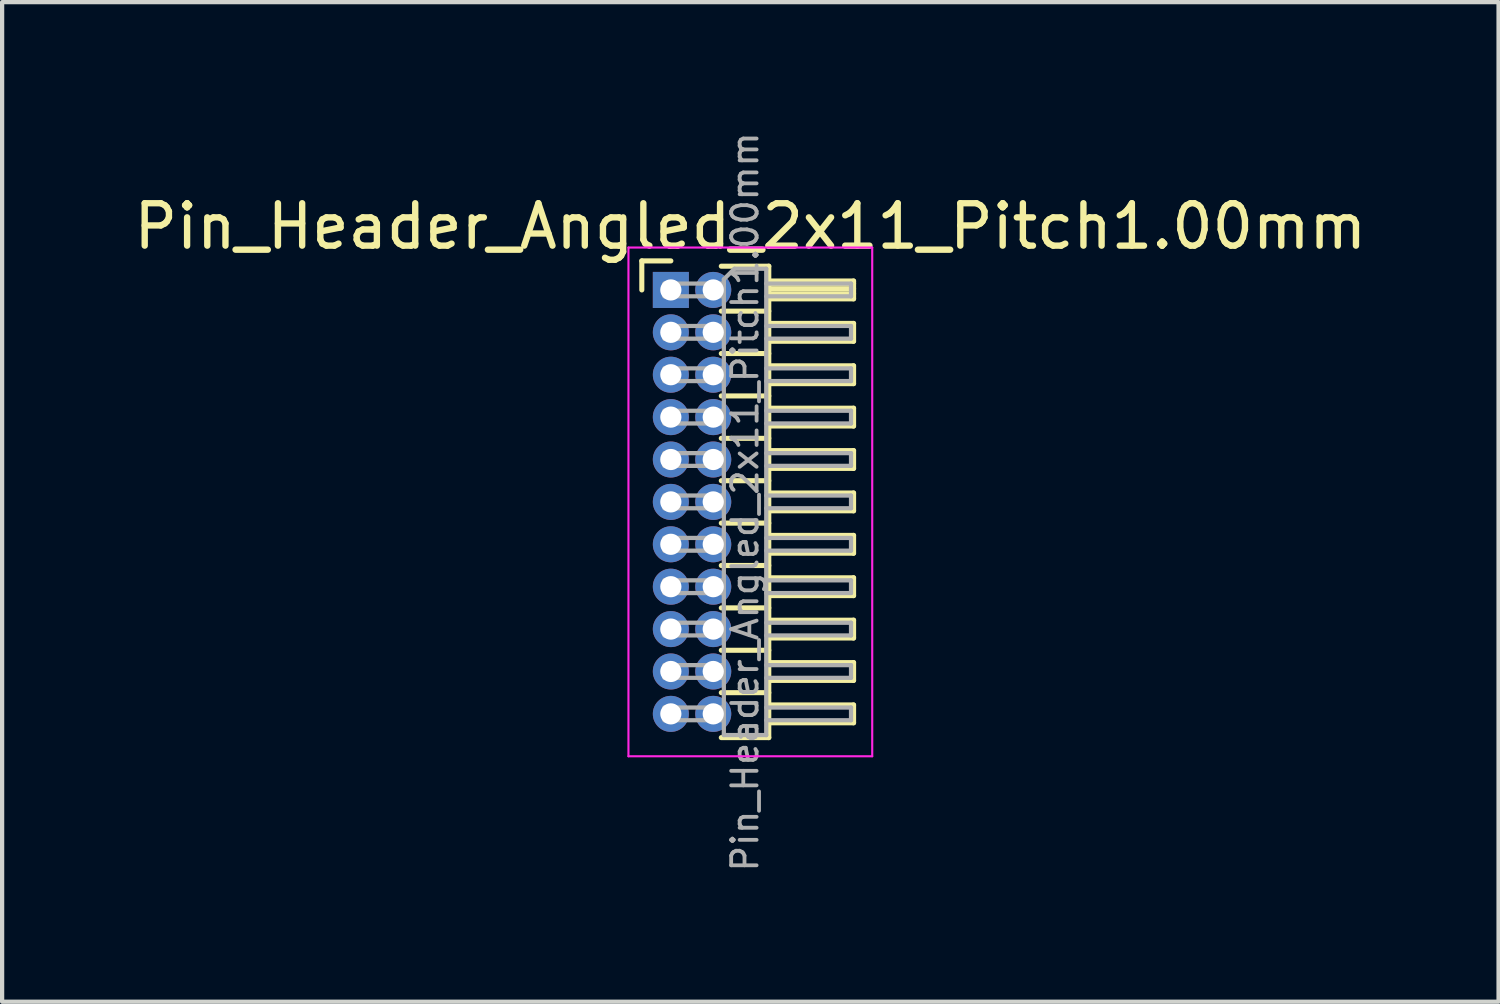
<source format=kicad_pcb>
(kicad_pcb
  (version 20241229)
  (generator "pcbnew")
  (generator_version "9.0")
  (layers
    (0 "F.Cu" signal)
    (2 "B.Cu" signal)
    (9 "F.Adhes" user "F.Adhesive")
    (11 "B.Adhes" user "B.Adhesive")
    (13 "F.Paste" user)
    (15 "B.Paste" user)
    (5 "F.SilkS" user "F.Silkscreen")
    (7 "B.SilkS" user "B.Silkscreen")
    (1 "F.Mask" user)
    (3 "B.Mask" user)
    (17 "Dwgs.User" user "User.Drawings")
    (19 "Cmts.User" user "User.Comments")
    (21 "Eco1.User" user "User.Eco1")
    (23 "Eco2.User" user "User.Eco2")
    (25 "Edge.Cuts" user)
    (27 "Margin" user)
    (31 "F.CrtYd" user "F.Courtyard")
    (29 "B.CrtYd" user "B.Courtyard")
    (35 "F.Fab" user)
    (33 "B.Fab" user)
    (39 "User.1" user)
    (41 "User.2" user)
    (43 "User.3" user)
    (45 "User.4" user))
  (footprint "Pin_Header_Angled_2x11_Pitch1.00mm"
    (layer "F.Cu")
    (at 12.774 3.789)
    (property "Reference" "Pin_Header_Angled_2x11_Pitch1.00mm" (at 1.875 -1.5 0) (layer "F.SilkS") (effects (font (size 1 1) (thickness 0.15))))
    (attr through_hole)
    (fp_line (start -0.685 -0.685) (end 0 -0.685) (stroke (width 0.12) (type solid)) (layer "F.SilkS"))
    (fp_line (start -0.685 0) (end -0.685 -0.685) (stroke (width 0.12) (type solid)) (layer "F.SilkS"))
    (fp_line (start 1.19 -0.56) (end 2.31 -0.56) (stroke (width 0.12) (type solid)) (layer "F.SilkS"))
    (fp_line (start 1.19 0.5) (end 2.31 0.5) (stroke (width 0.12) (type solid)) (layer "F.SilkS"))
    (fp_line (start 1.19 1.5) (end 2.31 1.5) (stroke (width 0.12) (type solid)) (layer "F.SilkS"))
    (fp_line (start 1.19 2.5) (end 2.31 2.5) (stroke (width 0.12) (type solid)) (layer "F.SilkS"))
    (fp_line (start 1.19 3.5) (end 2.31 3.5) (stroke (width 0.12) (type solid)) (layer "F.SilkS"))
    (fp_line (start 1.19 4.5) (end 2.31 4.5) (stroke (width 0.12) (type solid)) (layer "F.SilkS"))
    (fp_line (start 1.19 5.5) (end 2.31 5.5) (stroke (width 0.12) (type solid)) (layer "F.SilkS"))
    (fp_line (start 1.19 6.5) (end 2.31 6.5) (stroke (width 0.12) (type solid)) (layer "F.SilkS"))
    (fp_line (start 1.19 7.5) (end 2.31 7.5) (stroke (width 0.12) (type solid)) (layer "F.SilkS"))
    (fp_line (start 1.19 8.5) (end 2.31 8.5) (stroke (width 0.12) (type solid)) (layer "F.SilkS"))
    (fp_line (start 1.19 9.5) (end 2.31 9.5) (stroke (width 0.12) (type solid)) (layer "F.SilkS"))
    (fp_line (start 2.31 -0.56) (end 2.31 10.56) (stroke (width 0.12) (type solid)) (layer "F.SilkS"))
    (fp_line (start 2.31 -0.21) (end 4.31 -0.21) (stroke (width 0.12) (type solid)) (layer "F.SilkS"))
    (fp_line (start 2.31 -0.15) (end 4.31 -0.15) (stroke (width 0.12) (type solid)) (layer "F.SilkS"))
    (fp_line (start 2.31 -0.03) (end 4.31 -0.03) (stroke (width 0.12) (type solid)) (layer "F.SilkS"))
    (fp_line (start 2.31 0.09) (end 4.31 0.09) (stroke (width 0.12) (type solid)) (layer "F.SilkS"))
    (fp_line (start 2.31 0.79) (end 4.31 0.79) (stroke (width 0.12) (type solid)) (layer "F.SilkS"))
    (fp_line (start 2.31 1.79) (end 4.31 1.79) (stroke (width 0.12) (type solid)) (layer "F.SilkS"))
    (fp_line (start 2.31 2.79) (end 4.31 2.79) (stroke (width 0.12) (type solid)) (layer "F.SilkS"))
    (fp_line (start 2.31 3.79) (end 4.31 3.79) (stroke (width 0.12) (type solid)) (layer "F.SilkS"))
    (fp_line (start 2.31 4.79) (end 4.31 4.79) (stroke (width 0.12) (type solid)) (layer "F.SilkS"))
    (fp_line (start 2.31 5.79) (end 4.31 5.79) (stroke (width 0.12) (type solid)) (layer "F.SilkS"))
    (fp_line (start 2.31 6.79) (end 4.31 6.79) (stroke (width 0.12) (type solid)) (layer "F.SilkS"))
    (fp_line (start 2.31 7.79) (end 4.31 7.79) (stroke (width 0.12) (type solid)) (layer "F.SilkS"))
    (fp_line (start 2.31 8.79) (end 4.31 8.79) (stroke (width 0.12) (type solid)) (layer "F.SilkS"))
    (fp_line (start 2.31 9.79) (end 4.31 9.79) (stroke (width 0.12) (type solid)) (layer "F.SilkS"))
    (fp_line (start 2.31 10.56) (end 1.19 10.56) (stroke (width 0.12) (type solid)) (layer "F.SilkS"))
    (fp_line (start 4.31 -0.21) (end 4.31 0.21) (stroke (width 0.12) (type solid)) (layer "F.SilkS"))
    (fp_line (start 4.31 0.21) (end 2.31 0.21) (stroke (width 0.12) (type solid)) (layer "F.SilkS"))
    (fp_line (start 4.31 0.79) (end 4.31 1.21) (stroke (width 0.12) (type solid)) (layer "F.SilkS"))
    (fp_line (start 4.31 1.21) (end 2.31 1.21) (stroke (width 0.12) (type solid)) (layer "F.SilkS"))
    (fp_line (start 4.31 1.79) (end 4.31 2.21) (stroke (width 0.12) (type solid)) (layer "F.SilkS"))
    (fp_line (start 4.31 2.21) (end 2.31 2.21) (stroke (width 0.12) (type solid)) (layer "F.SilkS"))
    (fp_line (start 4.31 2.79) (end 4.31 3.21) (stroke (width 0.12) (type solid)) (layer "F.SilkS"))
    (fp_line (start 4.31 3.21) (end 2.31 3.21) (stroke (width 0.12) (type solid)) (layer "F.SilkS"))
    (fp_line (start 4.31 3.79) (end 4.31 4.21) (stroke (width 0.12) (type solid)) (layer "F.SilkS"))
    (fp_line (start 4.31 4.21) (end 2.31 4.21) (stroke (width 0.12) (type solid)) (layer "F.SilkS"))
    (fp_line (start 4.31 4.79) (end 4.31 5.21) (stroke (width 0.12) (type solid)) (layer "F.SilkS"))
    (fp_line (start 4.31 5.21) (end 2.31 5.21) (stroke (width 0.12) (type solid)) (layer "F.SilkS"))
    (fp_line (start 4.31 5.79) (end 4.31 6.21) (stroke (width 0.12) (type solid)) (layer "F.SilkS"))
    (fp_line (start 4.31 6.21) (end 2.31 6.21) (stroke (width 0.12) (type solid)) (layer "F.SilkS"))
    (fp_line (start 4.31 6.79) (end 4.31 7.21) (stroke (width 0.12) (type solid)) (layer "F.SilkS"))
    (fp_line (start 4.31 7.21) (end 2.31 7.21) (stroke (width 0.12) (type solid)) (layer "F.SilkS"))
    (fp_line (start 4.31 7.79) (end 4.31 8.21) (stroke (width 0.12) (type solid)) (layer "F.SilkS"))
    (fp_line (start 4.31 8.21) (end 2.31 8.21) (stroke (width 0.12) (type solid)) (layer "F.SilkS"))
    (fp_line (start 4.31 8.79) (end 4.31 9.21) (stroke (width 0.12) (type solid)) (layer "F.SilkS"))
    (fp_line (start 4.31 9.21) (end 2.31 9.21) (stroke (width 0.12) (type solid)) (layer "F.SilkS"))
    (fp_line (start 4.31 9.79) (end 4.31 10.21) (stroke (width 0.12) (type solid)) (layer "F.SilkS"))
    (fp_line (start 4.31 10.21) (end 2.31 10.21) (stroke (width 0.12) (type solid)) (layer "F.SilkS"))
    (fp_line (start -1 -1) (end -1 11) (stroke (width 0.05) (type solid)) (layer "F.CrtYd"))
    (fp_line (start -1 11) (end 4.75 11) (stroke (width 0.05) (type solid)) (layer "F.CrtYd"))
    (fp_line (start 4.75 -1) (end -1 -1) (stroke (width 0.05) (type solid)) (layer "F.CrtYd"))
    (fp_line (start 4.75 11) (end 4.75 -1) (stroke (width 0.05) (type solid)) (layer "F.CrtYd"))
    (fp_line (start -0.15 -0.15) (end -0.15 0.15) (stroke (width 0.1) (type solid)) (layer "F.Fab"))
    (fp_line (start -0.15 -0.15) (end 1.25 -0.15) (stroke (width 0.1) (type solid)) (layer "F.Fab"))
    (fp_line (start -0.15 0.15) (end 1.25 0.15) (stroke (width 0.1) (type solid)) (layer "F.Fab"))
    (fp_line (start -0.15 0.85) (end -0.15 1.15) (stroke (width 0.1) (type solid)) (layer "F.Fab"))
    (fp_line (start -0.15 0.85) (end 1.25 0.85) (stroke (width 0.1) (type solid)) (layer "F.Fab"))
    (fp_line (start -0.15 1.15) (end 1.25 1.15) (stroke (width 0.1) (type solid)) (layer "F.Fab"))
    (fp_line (start -0.15 1.85) (end -0.15 2.15) (stroke (width 0.1) (type solid)) (layer "F.Fab"))
    (fp_line (start -0.15 1.85) (end 1.25 1.85) (stroke (width 0.1) (type solid)) (layer "F.Fab"))
    (fp_line (start -0.15 2.15) (end 1.25 2.15) (stroke (width 0.1) (type solid)) (layer "F.Fab"))
    (fp_line (start -0.15 2.85) (end -0.15 3.15) (stroke (width 0.1) (type solid)) (layer "F.Fab"))
    (fp_line (start -0.15 2.85) (end 1.25 2.85) (stroke (width 0.1) (type solid)) (layer "F.Fab"))
    (fp_line (start -0.15 3.15) (end 1.25 3.15) (stroke (width 0.1) (type solid)) (layer "F.Fab"))
    (fp_line (start -0.15 3.85) (end -0.15 4.15) (stroke (width 0.1) (type solid)) (layer "F.Fab"))
    (fp_line (start -0.15 3.85) (end 1.25 3.85) (stroke (width 0.1) (type solid)) (layer "F.Fab"))
    (fp_line (start -0.15 4.15) (end 1.25 4.15) (stroke (width 0.1) (type solid)) (layer "F.Fab"))
    (fp_line (start -0.15 4.85) (end -0.15 5.15) (stroke (width 0.1) (type solid)) (layer "F.Fab"))
    (fp_line (start -0.15 4.85) (end 1.25 4.85) (stroke (width 0.1) (type solid)) (layer "F.Fab"))
    (fp_line (start -0.15 5.15) (end 1.25 5.15) (stroke (width 0.1) (type solid)) (layer "F.Fab"))
    (fp_line (start -0.15 5.85) (end -0.15 6.15) (stroke (width 0.1) (type solid)) (layer "F.Fab"))
    (fp_line (start -0.15 5.85) (end 1.25 5.85) (stroke (width 0.1) (type solid)) (layer "F.Fab"))
    (fp_line (start -0.15 6.15) (end 1.25 6.15) (stroke (width 0.1) (type solid)) (layer "F.Fab"))
    (fp_line (start -0.15 6.85) (end -0.15 7.15) (stroke (width 0.1) (type solid)) (layer "F.Fab"))
    (fp_line (start -0.15 6.85) (end 1.25 6.85) (stroke (width 0.1) (type solid)) (layer "F.Fab"))
    (fp_line (start -0.15 7.15) (end 1.25 7.15) (stroke (width 0.1) (type solid)) (layer "F.Fab"))
    (fp_line (start -0.15 7.85) (end -0.15 8.15) (stroke (width 0.1) (type solid)) (layer "F.Fab"))
    (fp_line (start -0.15 7.85) (end 1.25 7.85) (stroke (width 0.1) (type solid)) (layer "F.Fab"))
    (fp_line (start -0.15 8.15) (end 1.25 8.15) (stroke (width 0.1) (type solid)) (layer "F.Fab"))
    (fp_line (start -0.15 8.85) (end -0.15 9.15) (stroke (width 0.1) (type solid)) (layer "F.Fab"))
    (fp_line (start -0.15 8.85) (end 1.25 8.85) (stroke (width 0.1) (type solid)) (layer "F.Fab"))
    (fp_line (start -0.15 9.15) (end 1.25 9.15) (stroke (width 0.1) (type solid)) (layer "F.Fab"))
    (fp_line (start -0.15 9.85) (end -0.15 10.15) (stroke (width 0.1) (type solid)) (layer "F.Fab"))
    (fp_line (start -0.15 9.85) (end 1.25 9.85) (stroke (width 0.1) (type solid)) (layer "F.Fab"))
    (fp_line (start -0.15 10.15) (end 1.25 10.15) (stroke (width 0.1) (type solid)) (layer "F.Fab"))
    (fp_line (start 1.25 -0.25) (end 1.5 -0.5) (stroke (width 0.1) (type solid)) (layer "F.Fab"))
    (fp_line (start 1.25 10.5) (end 1.25 -0.25) (stroke (width 0.1) (type solid)) (layer "F.Fab"))
    (fp_line (start 1.5 -0.5) (end 2.25 -0.5) (stroke (width 0.1) (type solid)) (layer "F.Fab"))
    (fp_line (start 2.25 -0.5) (end 2.25 10.5) (stroke (width 0.1) (type solid)) (layer "F.Fab"))
    (fp_line (start 2.25 -0.15) (end 4.25 -0.15) (stroke (width 0.1) (type solid)) (layer "F.Fab"))
    (fp_line (start 2.25 0.15) (end 4.25 0.15) (stroke (width 0.1) (type solid)) (layer "F.Fab"))
    (fp_line (start 2.25 0.85) (end 4.25 0.85) (stroke (width 0.1) (type solid)) (layer "F.Fab"))
    (fp_line (start 2.25 1.15) (end 4.25 1.15) (stroke (width 0.1) (type solid)) (layer "F.Fab"))
    (fp_line (start 2.25 1.85) (end 4.25 1.85) (stroke (width 0.1) (type solid)) (layer "F.Fab"))
    (fp_line (start 2.25 2.15) (end 4.25 2.15) (stroke (width 0.1) (type solid)) (layer "F.Fab"))
    (fp_line (start 2.25 2.85) (end 4.25 2.85) (stroke (width 0.1) (type solid)) (layer "F.Fab"))
    (fp_line (start 2.25 3.15) (end 4.25 3.15) (stroke (width 0.1) (type solid)) (layer "F.Fab"))
    (fp_line (start 2.25 3.85) (end 4.25 3.85) (stroke (width 0.1) (type solid)) (layer "F.Fab"))
    (fp_line (start 2.25 4.15) (end 4.25 4.15) (stroke (width 0.1) (type solid)) (layer "F.Fab"))
    (fp_line (start 2.25 4.85) (end 4.25 4.85) (stroke (width 0.1) (type solid)) (layer "F.Fab"))
    (fp_line (start 2.25 5.15) (end 4.25 5.15) (stroke (width 0.1) (type solid)) (layer "F.Fab"))
    (fp_line (start 2.25 5.85) (end 4.25 5.85) (stroke (width 0.1) (type solid)) (layer "F.Fab"))
    (fp_line (start 2.25 6.15) (end 4.25 6.15) (stroke (width 0.1) (type solid)) (layer "F.Fab"))
    (fp_line (start 2.25 6.85) (end 4.25 6.85) (stroke (width 0.1) (type solid)) (layer "F.Fab"))
    (fp_line (start 2.25 7.15) (end 4.25 7.15) (stroke (width 0.1) (type solid)) (layer "F.Fab"))
    (fp_line (start 2.25 7.85) (end 4.25 7.85) (stroke (width 0.1) (type solid)) (layer "F.Fab"))
    (fp_line (start 2.25 8.15) (end 4.25 8.15) (stroke (width 0.1) (type solid)) (layer "F.Fab"))
    (fp_line (start 2.25 8.85) (end 4.25 8.85) (stroke (width 0.1) (type solid)) (layer "F.Fab"))
    (fp_line (start 2.25 9.15) (end 4.25 9.15) (stroke (width 0.1) (type solid)) (layer "F.Fab"))
    (fp_line (start 2.25 9.85) (end 4.25 9.85) (stroke (width 0.1) (type solid)) (layer "F.Fab"))
    (fp_line (start 2.25 10.15) (end 4.25 10.15) (stroke (width 0.1) (type solid)) (layer "F.Fab"))
    (fp_line (start 2.25 10.5) (end 1.25 10.5) (stroke (width 0.1) (type solid)) (layer "F.Fab"))
    (fp_line (start 4.25 -0.15) (end 4.25 0.15) (stroke (width 0.1) (type solid)) (layer "F.Fab"))
    (fp_line (start 4.25 0.85) (end 4.25 1.15) (stroke (width 0.1) (type solid)) (layer "F.Fab"))
    (fp_line (start 4.25 1.85) (end 4.25 2.15) (stroke (width 0.1) (type solid)) (layer "F.Fab"))
    (fp_line (start 4.25 2.85) (end 4.25 3.15) (stroke (width 0.1) (type solid)) (layer "F.Fab"))
    (fp_line (start 4.25 3.85) (end 4.25 4.15) (stroke (width 0.1) (type solid)) (layer "F.Fab"))
    (fp_line (start 4.25 4.85) (end 4.25 5.15) (stroke (width 0.1) (type solid)) (layer "F.Fab"))
    (fp_line (start 4.25 5.85) (end 4.25 6.15) (stroke (width 0.1) (type solid)) (layer "F.Fab"))
    (fp_line (start 4.25 6.85) (end 4.25 7.15) (stroke (width 0.1) (type solid)) (layer "F.Fab"))
    (fp_line (start 4.25 7.85) (end 4.25 8.15) (stroke (width 0.1) (type solid)) (layer "F.Fab"))
    (fp_line (start 4.25 8.85) (end 4.25 9.15) (stroke (width 0.1) (type solid)) (layer "F.Fab"))
    (fp_line (start 4.25 9.85) (end 4.25 10.15) (stroke (width 0.1) (type solid)) (layer "F.Fab"))
    (fp_text user "${REFERENCE}" (at 1.75 5 90) (layer "F.Fab") (effects (font (size 0.6 0.6) (thickness 0.09))))
    (pad "1" thru_hole rect (at 0 0) (size 0.85 0.85) (drill 0.5) (layers "*.Cu" "*.Mask"))
    (pad "2" thru_hole oval (at 1 0) (size 0.85 0.85) (drill 0.5) (layers "*.Cu" "*.Mask"))
    (pad "3" thru_hole oval (at 0 1) (size 0.85 0.85) (drill 0.5) (layers "*.Cu" "*.Mask"))
    (pad "4" thru_hole oval (at 1 1) (size 0.85 0.85) (drill 0.5) (layers "*.Cu" "*.Mask"))
    (pad "5" thru_hole oval (at 0 2) (size 0.85 0.85) (drill 0.5) (layers "*.Cu" "*.Mask"))
    (pad "6" thru_hole oval (at 1 2) (size 0.85 0.85) (drill 0.5) (layers "*.Cu" "*.Mask"))
    (pad "7" thru_hole oval (at 0 3) (size 0.85 0.85) (drill 0.5) (layers "*.Cu" "*.Mask"))
    (pad "8" thru_hole oval (at 1 3) (size 0.85 0.85) (drill 0.5) (layers "*.Cu" "*.Mask"))
    (pad "9" thru_hole oval (at 0 4) (size 0.85 0.85) (drill 0.5) (layers "*.Cu" "*.Mask"))
    (pad "10" thru_hole oval (at 1 4) (size 0.85 0.85) (drill 0.5) (layers "*.Cu" "*.Mask"))
    (pad "11" thru_hole oval (at 0 5) (size 0.85 0.85) (drill 0.5) (layers "*.Cu" "*.Mask"))
    (pad "12" thru_hole oval (at 1 5) (size 0.85 0.85) (drill 0.5) (layers "*.Cu" "*.Mask"))
    (pad "13" thru_hole oval (at 0 6) (size 0.85 0.85) (drill 0.5) (layers "*.Cu" "*.Mask"))
    (pad "14" thru_hole oval (at 1 6) (size 0.85 0.85) (drill 0.5) (layers "*.Cu" "*.Mask"))
    (pad "15" thru_hole oval (at 0 7) (size 0.85 0.85) (drill 0.5) (layers "*.Cu" "*.Mask"))
    (pad "16" thru_hole oval (at 1 7) (size 0.85 0.85) (drill 0.5) (layers "*.Cu" "*.Mask"))
    (pad "17" thru_hole oval (at 0 8) (size 0.85 0.85) (drill 0.5) (layers "*.Cu" "*.Mask"))
    (pad "18" thru_hole oval (at 1 8) (size 0.85 0.85) (drill 0.5) (layers "*.Cu" "*.Mask"))
    (pad "19" thru_hole oval (at 0 9) (size 0.85 0.85) (drill 0.5) (layers "*.Cu" "*.Mask"))
    (pad "20" thru_hole oval (at 1 9) (size 0.85 0.85) (drill 0.5) (layers "*.Cu" "*.Mask"))
    (pad "21" thru_hole oval (at 0 10) (size 0.85 0.85) (drill 0.5) (layers "*.Cu" "*.Mask"))
    (pad "22" thru_hole oval (at 1 10) (size 0.85 0.85) (drill 0.5) (layers "*.Cu" "*.Mask")))
  (gr_rect
    (start -3 -3)
    (end 32.298 20.579)
    (stroke (width 0.1) (type default))
    (fill no)
    (layer "Edge.Cuts")))
</source>
